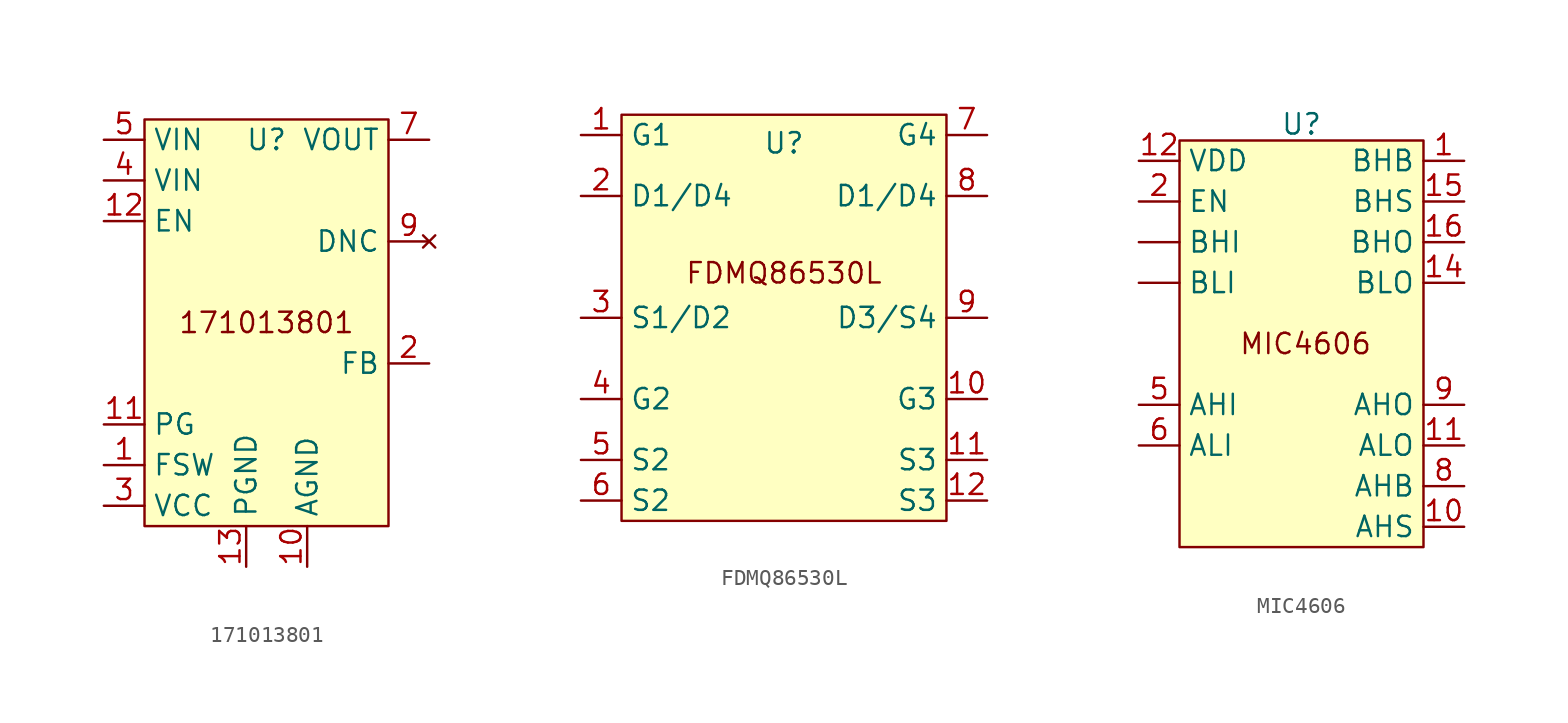
<source format=kicad_sym>
(kicad_symbol_lib
  (version 20231120)
  (generator "kicad_symbol_editor")
  (generator_version "8.0")
  (symbol "171013801"
    (property "Reference" "U"
      (at 0 11.43 0)
      (effects (font (size 1.27 1.27))))
    (property "Value" ""
      (at 0 0 0)
      (effects (font (size 1.27 1.27))))
    (symbol "171013801_1_1"
      (rectangle (start -7.62 12.7) (end 7.62 -12.7) (stroke (width 0) (type default)) (fill (type background)))
      (text "171013801" (at 0 0 0) (effects (font (size 1.27 1.27))))
      (pin power_in line (at -10.16 -8.89 0) (length 2.54) (name "FSW" (effects (font (size 1.27 1.27)))) (number "1" (effects (font (size 1.27 1.27)))))
      (pin power_in line (at 2.54 -15.24 90) (length 2.54) (name "AGND" (effects (font (size 1.27 1.27)))) (number "10" (effects (font (size 1.27 1.27)))))
      (pin power_in line (at -10.16 -6.35 0) (length 2.54) (name "PG" (effects (font (size 1.27 1.27)))) (number "11" (effects (font (size 1.27 1.27)))))
      (pin input line (at -10.16 6.35 0) (length 2.54) (name "EN" (effects (font (size 1.27 1.27)))) (number "12" (effects (font (size 1.27 1.27)))))
      (pin power_in line (at -1.27 -15.24 90) (length 2.54) (name "PGND" (effects (font (size 1.27 1.27)))) (number "13" (effects (font (size 1.27 1.27)))))
      (pin power_out line (at 10.16 -2.54 180) (length 2.54) (name "FB" (effects (font (size 1.27 1.27)))) (number "2" (effects (font (size 1.27 1.27)))))
      (pin power_in line (at -10.16 -11.43 0) (length 2.54) (name "VCC" (effects (font (size 1.27 1.27)))) (number "3" (effects (font (size 1.27 1.27)))))
      (pin input line (at -10.16 8.89 0) (length 2.54) (name "VIN" (effects (font (size 1.27 1.27)))) (number "4" (effects (font (size 1.27 1.27)))))
      (pin input line (at -10.16 11.43 0) (length 2.54) (name "VIN" (effects (font (size 1.27 1.27)))) (number "5" (effects (font (size 1.27 1.27)))))
      (pin power_out line (at 10.16 11.43 180) (length 2.54) (name "VOUT" (effects (font (size 1.27 1.27)))) (number "7" (effects (font (size 1.27 1.27)))))
      (pin no_connect line (at 10.16 5.08 180) (length 2.54) (name "DNC" (effects (font (size 1.27 1.27)))) (number "9" (effects (font (size 1.27 1.27)))))))
  (symbol "FDMQ86530L"
    (property "Reference" "U"
      (at 0 10.922 0)
      (effects (font (size 1.27 1.27))))
    (property "Value" ""
      (at 0 0 0)
      (effects (font (size 1.27 1.27))))
    (symbol "FDMQ86530L_1_1"
      (rectangle (start -10.16 12.7) (end 10.16 -12.7) (stroke (width 0) (type default)) (fill (type background)))
      (text "FDMQ86530L\n" (at 0 2.794 0) (effects (font (size 1.27 1.27))))
      (pin input line (at -12.7 11.43 0) (length 2.54) (name "G1" (effects (font (size 1.27 1.27)))) (number "1" (effects (font (size 1.27 1.27)))))
      (pin input line (at 12.7 -5.08 180) (length 2.54) (name "G3" (effects (font (size 1.27 1.27)))) (number "10" (effects (font (size 1.27 1.27)))))
      (pin bidirectional line (at 12.7 -8.89 180) (length 2.54) (name "S3" (effects (font (size 1.27 1.27)))) (number "11" (effects (font (size 1.27 1.27)))))
      (pin bidirectional line (at 12.7 -11.43 180) (length 2.54) (name "S3" (effects (font (size 1.27 1.27)))) (number "12" (effects (font (size 1.27 1.27)))))
      (pin bidirectional line (at -12.7 7.62 0) (length 2.54) (name "D1/D4" (effects (font (size 1.27 1.27)))) (number "2" (effects (font (size 1.27 1.27)))))
      (pin bidirectional line (at -12.7 0 0) (length 2.54) (name "S1/D2" (effects (font (size 1.27 1.27)))) (number "3" (effects (font (size 1.27 1.27)))))
      (pin input line (at -12.7 -5.08 0) (length 2.54) (name "G2" (effects (font (size 1.27 1.27)))) (number "4" (effects (font (size 1.27 1.27)))))
      (pin bidirectional line (at -12.7 -8.89 0) (length 2.54) (name "S2" (effects (font (size 1.27 1.27)))) (number "5" (effects (font (size 1.27 1.27)))))
      (pin bidirectional line (at -12.7 -11.43 0) (length 2.54) (name "S2" (effects (font (size 1.27 1.27)))) (number "6" (effects (font (size 1.27 1.27)))))
      (pin input line (at 12.7 11.43 180) (length 2.54) (name "G4" (effects (font (size 1.27 1.27)))) (number "7" (effects (font (size 1.27 1.27)))))
      (pin bidirectional line (at 12.7 7.62 180) (length 2.54) (name "D1/D4" (effects (font (size 1.27 1.27)))) (number "8" (effects (font (size 1.27 1.27)))))
      (pin bidirectional line (at 12.7 0 180) (length 2.54) (name "D3/S4" (effects (font (size 1.27 1.27)))) (number "9" (effects (font (size 1.27 1.27)))))))
  (symbol "MIC4606"
    (property "Reference" "U"
      (at 0 13.716 0)
      (effects (font (size 1.27 1.27))))
    (property "Value" ""
      (at 0 0 0)
      (effects (font (size 1.27 1.27))))
    (symbol "MIC4606_1_1"
      (rectangle (start -7.62 12.7) (end 7.62 -12.7) (stroke (width 0) (type default)) (fill (type background)))
      (text "MIC4606" (at 0.254 0 0) (effects (font (size 1.27 1.27))))
      (pin input line (at -10.16 6.35 0) (length 2.54) (name "BHI" (effects (font (size 1.27 1.27)))) (number "" (effects (font (size 1.27 1.27)))))
      (pin input line (at -10.16 3.81 0) (length 2.54) (name "BLI" (effects (font (size 1.27 1.27)))) (number "" (effects (font (size 1.27 1.27)))))
      (pin bidirectional line (at 10.16 11.43 180) (length 2.54) (name "BHB" (effects (font (size 1.27 1.27)))) (number "1" (effects (font (size 1.27 1.27)))))
      (pin bidirectional line (at 10.16 -11.43 180) (length 2.54) (name "AHS" (effects (font (size 1.27 1.27)))) (number "10" (effects (font (size 1.27 1.27)))))
      (pin output line (at 10.16 -6.35 180) (length 2.54) (name "ALO" (effects (font (size 1.27 1.27)))) (number "11" (effects (font (size 1.27 1.27)))))
      (pin power_in line (at -10.16 11.43 0) (length 2.54) (name "VDD" (effects (font (size 1.27 1.27)))) (number "12" (effects (font (size 1.27 1.27)))))
      (pin output line (at 10.16 3.81 180) (length 2.54) (name "BLO" (effects (font (size 1.27 1.27)))) (number "14" (effects (font (size 1.27 1.27)))))
      (pin bidirectional line (at 10.16 8.89 180) (length 2.54) (name "BHS" (effects (font (size 1.27 1.27)))) (number "15" (effects (font (size 1.27 1.27)))))
      (pin output line (at 10.16 6.35 180) (length 2.54) (name "BHO" (effects (font (size 1.27 1.27)))) (number "16" (effects (font (size 1.27 1.27)))))
      (pin power_in line (at -10.16 8.89 0) (length 2.54) (name "EN" (effects (font (size 1.27 1.27)))) (number "2" (effects (font (size 1.27 1.27)))))
      (pin input line (at -10.16 -3.81 0) (length 2.54) (name "AHI" (effects (font (size 1.27 1.27)))) (number "5" (effects (font (size 1.27 1.27)))))
      (pin input line (at -10.16 -6.35 0) (length 2.54) (name "ALI" (effects (font (size 1.27 1.27)))) (number "6" (effects (font (size 1.27 1.27)))))
      (pin bidirectional line (at 10.16 -8.89 180) (length 2.54) (name "AHB" (effects (font (size 1.27 1.27)))) (number "8" (effects (font (size 1.27 1.27)))))
      (pin output line (at 10.16 -3.81 180) (length 2.54) (name "AHO" (effects (font (size 1.27 1.27)))) (number "9" (effects (font (size 1.27 1.27))))))))
</source>
